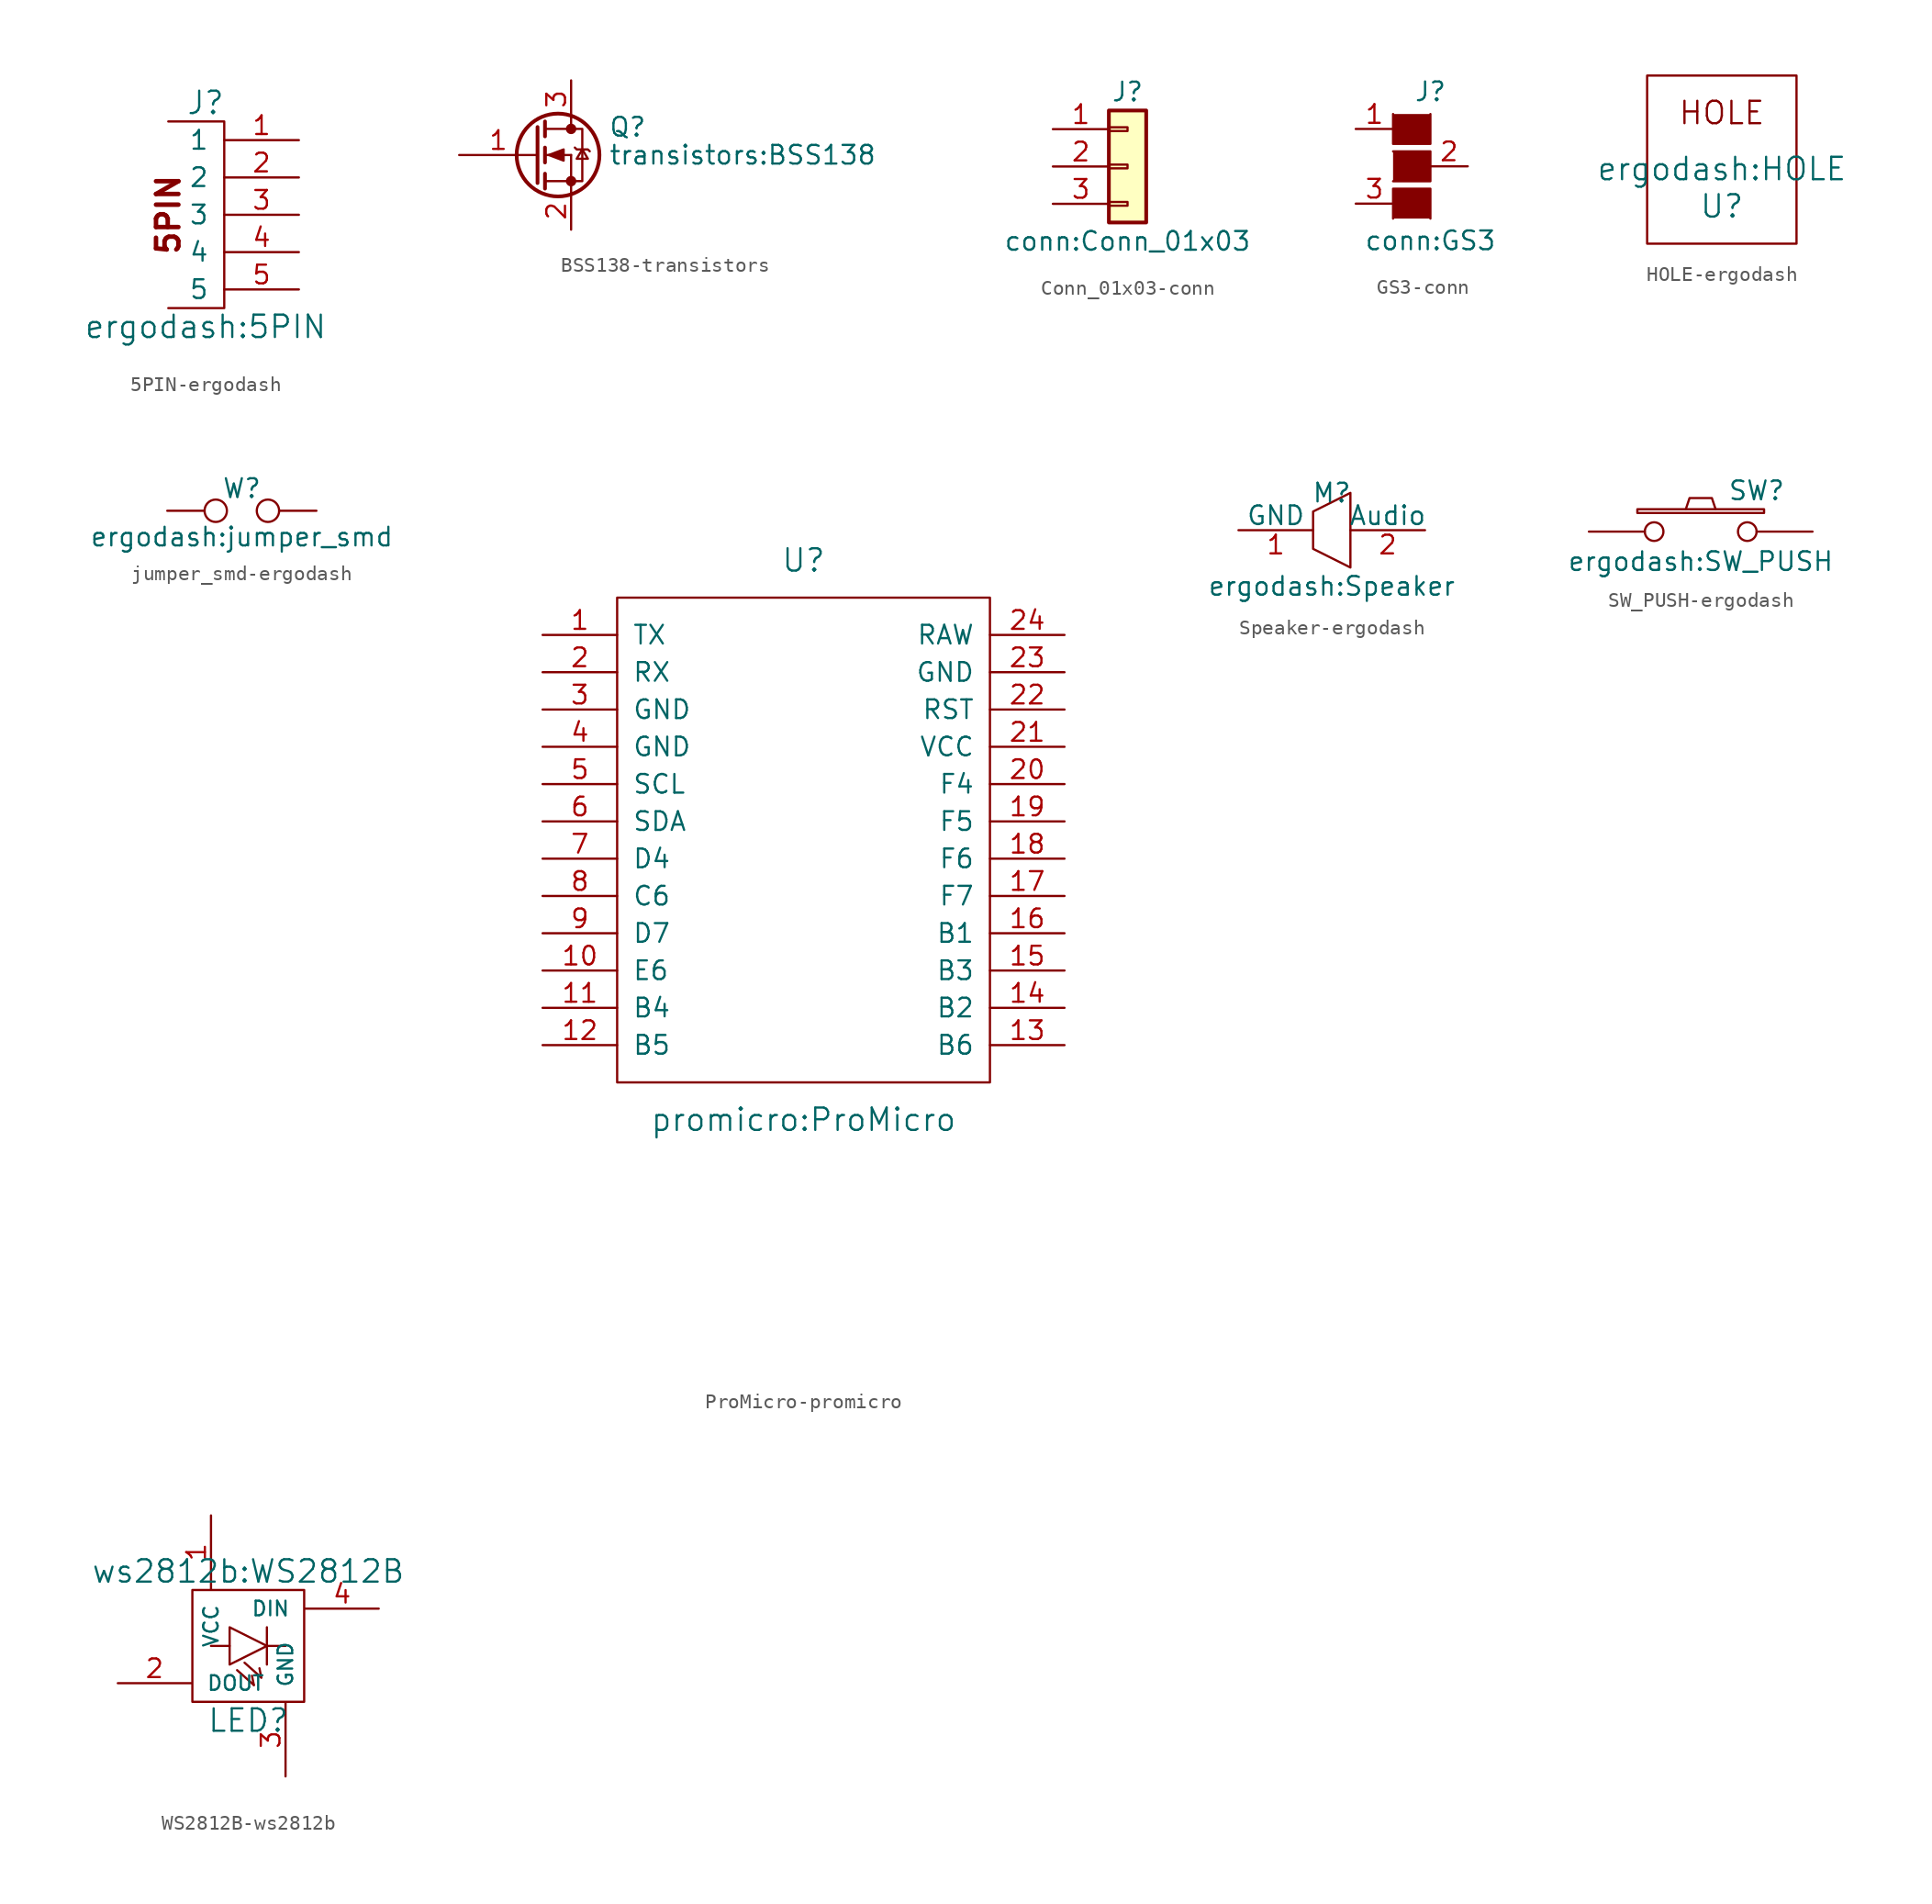
<source format=kicad_sym>
(kicad_symbol_lib
  (version 20231120)
  (generator "kicad_symbol_editor")
  (generator_version "8.0")
  (symbol "5PIN-ergodash"
    (pin_names
      (offset 1.016))
    (property "Reference" "J"
      (at -1.27 7.62 0)
      (effects (font (size 1.524 1.524))))
    (property "Value" "ergodash:5PIN"
      (at -1.27 -7.62 0)
      (effects (font (size 1.524 1.524))))
    (property "Footprint" ""
      (at 0 -1.27 0)
      (effects (font (size 1.524 1.524))))
    (property "Datasheet" ""
      (at 0 -1.27 0)
      (effects (font (size 1.524 1.524))))
    (symbol "5PIN-ergodash_0_0"
      (polyline (pts (xy -3.81 6.35) (xy 0 6.35) (xy 0 -6.35) (xy -3.81 -6.35)) (stroke (width 0) (type solid)) (fill (type none)))
      (text "5PIN" (at -3.81 0 900) (effects (font (size 1.524 1.524) (bold yes)))))
    (symbol "5PIN-ergodash_1_1"
      (pin power_in line (at 5.08 5.08 180) (length 5.08) (name "1" (effects (font (size 1.27 1.27)))) (number "1" (effects (font (size 1.27 1.27)))))
      (pin bidirectional line (at 5.08 2.54 180) (length 5.08) (name "2" (effects (font (size 1.27 1.27)))) (number "2" (effects (font (size 1.27 1.27)))))
      (pin bidirectional line (at 5.08 0 180) (length 5.08) (name "3" (effects (font (size 1.27 1.27)))) (number "3" (effects (font (size 1.27 1.27)))))
      (pin power_in line (at 5.08 -2.54 180) (length 5.08) (name "4" (effects (font (size 1.27 1.27)))) (number "4" (effects (font (size 1.27 1.27)))))
      (pin power_in line (at 5.08 -5.08 180) (length 5.08) (name "5" (effects (font (size 1.27 1.27)))) (number "5" (effects (font (size 1.27 1.27)))))))
  (symbol "BSS138-transistors"
    (pin_names
      (offset 0) hide)
    (property "Reference" "Q"
      (at 5.08 1.905 0)
      (effects (font (size 1.27 1.27)) (justify left)))
    (property "Value" "transistors:BSS138"
      (at 5.08 0 0)
      (effects (font (size 1.27 1.27)) (justify left)))
    (symbol "BSS138-transistors_0_1"
      (polyline (pts (xy 0.762 -1.778) (xy 2.54 -1.778)) (stroke (width 0) (type solid)) (fill (type none)))
      (polyline (pts (xy 0.762 -1.27) (xy 0.762 -2.286)) (stroke (width 0.254) (type solid)) (fill (type none)))
      (polyline (pts (xy 0.762 0) (xy 2.54 0)) (stroke (width 0) (type solid)) (fill (type none)))
      (polyline (pts (xy 0.762 0.508) (xy 0.762 -0.508)) (stroke (width 0.254) (type solid)) (fill (type none)))
      (polyline (pts (xy 0.762 1.778) (xy 2.54 1.778)) (stroke (width 0) (type solid)) (fill (type none)))
      (polyline (pts (xy 0.762 2.286) (xy 0.762 1.27)) (stroke (width 0.254) (type solid)) (fill (type none)))
      (polyline (pts (xy 2.54 -1.778) (xy 2.54 -2.54)) (stroke (width 0) (type solid)) (fill (type none)))
      (polyline (pts (xy 2.54 -1.778) (xy 2.54 0)) (stroke (width 0) (type solid)) (fill (type none)))
      (polyline (pts (xy 2.54 2.54) (xy 2.54 1.778)) (stroke (width 0) (type solid)) (fill (type none)))
      (polyline (pts (xy 0.254 1.905) (xy 0.254 -1.905) (xy 0.254 -1.905)) (stroke (width 0.254) (type solid)) (fill (type none)))
      (polyline (pts (xy 1.016 0) (xy 2.032 0.381) (xy 2.032 -0.381) (xy 1.016 0)) (stroke (width 0) (type solid)) (fill (type outline)))
      (polyline (pts (xy 2.54 -1.778) (xy 3.302 -1.778) (xy 3.302 1.778) (xy 2.54 1.778)) (stroke (width 0) (type solid)) (fill (type none)))
      (polyline (pts (xy 2.794 0.508) (xy 2.921 0.381) (xy 3.683 0.381) (xy 3.81 0.254)) (stroke (width 0) (type solid)) (fill (type none)))
      (polyline (pts (xy 3.302 0.381) (xy 2.921 -0.254) (xy 3.683 -0.254) (xy 3.302 0.381)) (stroke (width 0) (type solid)) (fill (type none)))
      (circle (center 1.651 0) (radius 2.819) (stroke (width 0.254) (type solid)) (fill (type none)))
      (circle (center 2.54 -1.778) (radius 0.279) (stroke (width 0) (type solid)) (fill (type outline)))
      (circle (center 2.54 1.778) (radius 0.279) (stroke (width 0) (type solid)) (fill (type outline))))
    (symbol "BSS138-transistors_1_1"
      (pin input line (at -5.08 0 0) (length 5.334) (name "G" (effects (font (size 1.27 1.27)))) (number "1" (effects (font (size 1.27 1.27)))))
      (pin passive line (at 2.54 -5.08 90) (length 2.54) (name "S" (effects (font (size 1.27 1.27)))) (number "2" (effects (font (size 1.27 1.27)))))
      (pin passive line (at 2.54 5.08 270) (length 2.54) (name "D" (effects (font (size 1.27 1.27)))) (number "3" (effects (font (size 1.27 1.27)))))))
  (symbol "Conn_01x03-conn"
    (pin_names
      (offset 1.016) hide)
    (property "Reference" "J"
      (at 0 5.08 0)
      (effects (font (size 1.27 1.27))))
    (property "Value" "conn:Conn_01x03"
      (at 0 -5.08 0)
      (effects (font (size 1.27 1.27))))
    (symbol "Conn_01x03-conn_1_1"
      (rectangle (start -1.27 -2.413) (end 0 -2.667) (stroke (width 0.152) (type solid)) (fill (type none)))
      (rectangle (start -1.27 0.127) (end 0 -0.127) (stroke (width 0.152) (type solid)) (fill (type none)))
      (rectangle (start -1.27 2.667) (end 0 2.413) (stroke (width 0.152) (type solid)) (fill (type none)))
      (rectangle (start -1.27 3.81) (end 1.27 -3.81) (stroke (width 0.254) (type solid)) (fill (type background)))
      (pin passive line (at -5.08 2.54 0) (length 3.81) (name "Pin_1" (effects (font (size 1.27 1.27)))) (number "1" (effects (font (size 1.27 1.27)))))
      (pin passive line (at -5.08 0 0) (length 3.81) (name "Pin_2" (effects (font (size 1.27 1.27)))) (number "2" (effects (font (size 1.27 1.27)))))
      (pin passive line (at -5.08 -2.54 0) (length 3.81) (name "Pin_3" (effects (font (size 1.27 1.27)))) (number "3" (effects (font (size 1.27 1.27)))))))
  (symbol "GS3-conn"
    (pin_names
      (offset 1.016) hide)
    (property "Reference" "J"
      (at 1.27 5.08 0)
      (effects (font (size 1.27 1.27))))
    (property "Value" "conn:GS3"
      (at 1.27 -5.055 0)
      (effects (font (size 1.27 1.27))))
    (symbol "GS3-conn_0_1"
      (polyline (pts (xy -1.27 -3.556) (xy -1.27 -1.524) (xy 1.27 -1.524) (xy 1.27 -3.556)) (stroke (width 0) (type solid)) (fill (type outline)))
      (polyline (pts (xy -1.27 1.016) (xy 1.27 1.016) (xy 1.27 -1.016) (xy -1.27 -1.016)) (stroke (width 0) (type solid)) (fill (type outline)))
      (polyline (pts (xy -1.27 3.556) (xy -1.27 1.524) (xy 1.27 1.524) (xy 1.27 3.556)) (stroke (width 0) (type solid)) (fill (type outline))))
    (symbol "GS3-conn_1_1"
      (pin passive line (at -3.81 2.54 0) (length 2.54) (name "G1" (effects (font (size 1.27 1.27)))) (number "1" (effects (font (size 1.27 1.27)))))
      (pin passive line (at 3.81 0 180) (length 2.54) (name "G2" (effects (font (size 1.27 1.27)))) (number "2" (effects (font (size 1.27 1.27)))))
      (pin passive line (at -3.81 -2.54 0) (length 2.54) (name "G3" (effects (font (size 1.27 1.27)))) (number "3" (effects (font (size 1.27 1.27)))))))
  (symbol "HOLE-ergodash"
    (pin_names
      (offset 1.016))
    (property "Reference" "U"
      (at 0 0 0)
      (effects (font (size 1.524 1.524))))
    (property "Value" "ergodash:HOLE"
      (at 0 2.54 0)
      (effects (font (size 1.524 1.524))))
    (property "Footprint" ""
      (at 0 0 0)
      (effects (font (size 1.524 1.524))))
    (property "Datasheet" ""
      (at 0 0 0)
      (effects (font (size 1.524 1.524))))
    (symbol "HOLE-ergodash_0_0"
      (text "HOLE" (at 0 6.35 0) (effects (font (size 1.524 1.524)))))
    (symbol "HOLE-ergodash_0_1"
      (rectangle (start -5.08 8.89) (end 5.08 -2.54) (stroke (width 0) (type solid)) (fill (type none)))))
  (symbol "jumper_smd-ergodash"
    (pin_numbers hide)
    (pin_names
      (offset 0.762) hide)
    (property "Reference" "W"
      (at 0 1.524 0)
      (effects (font (size 1.27 1.27))))
    (property "Value" "ergodash:jumper_smd"
      (at 0 -1.778 0)
      (effects (font (size 1.27 1.27))))
    (property "Footprint" ""
      (at 0 0 0)
      (effects (font (size 1.27 1.27))))
    (property "Datasheet" ""
      (at 0 0 0)
      (effects (font (size 1.27 1.27))))
    (symbol "jumper_smd-ergodash_0_1"
      (circle (center -1.778 0) (radius 0.762) (stroke (width 0) (type solid)) (fill (type none)))
      (circle (center 1.778 0) (radius 0.762) (stroke (width 0) (type solid)) (fill (type none)))
      (pin passive line (at -5.08 0 0) (length 2.54) (name "1" (effects (font (size 1.27 1.27)))) (number "1" (effects (font (size 1.27 1.27)))))
      (pin passive line (at 5.08 0 180) (length 2.54) (name "2" (effects (font (size 1.27 1.27)))) (number "2" (effects (font (size 1.27 1.27)))))))
  (symbol "ProMicro-promicro"
    (pin_names
      (offset 1.016))
    (property "Reference" "U"
      (at 0 24.13 0)
      (effects (font (size 1.524 1.524))))
    (property "Value" "promicro:ProMicro"
      (at 0 -13.97 0)
      (effects (font (size 1.524 1.524))))
    (property "Footprint" ""
      (at 2.54 -26.67 0)
      (effects (font (size 1.524 1.524))))
    (property "Datasheet" ""
      (at 2.54 -26.67 0)
      (effects (font (size 1.524 1.524))))
    (symbol "ProMicro-promicro_0_1"
      (rectangle (start -12.7 21.59) (end 12.7 -11.43) (stroke (width 0) (type solid)) (fill (type none))))
    (symbol "ProMicro-promicro_1_1"
      (pin bidirectional line (at -17.78 19.05 0) (length 5.08) (name "TX" (effects (font (size 1.27 1.27)))) (number "1" (effects (font (size 1.27 1.27)))))
      (pin bidirectional line (at -17.78 -3.81 0) (length 5.08) (name "E6" (effects (font (size 1.27 1.27)))) (number "10" (effects (font (size 1.27 1.27)))))
      (pin bidirectional line (at -17.78 -6.35 0) (length 5.08) (name "B4" (effects (font (size 1.27 1.27)))) (number "11" (effects (font (size 1.27 1.27)))))
      (pin bidirectional line (at -17.78 -8.89 0) (length 5.08) (name "B5" (effects (font (size 1.27 1.27)))) (number "12" (effects (font (size 1.27 1.27)))))
      (pin bidirectional line (at 17.78 -8.89 180) (length 5.08) (name "B6" (effects (font (size 1.27 1.27)))) (number "13" (effects (font (size 1.27 1.27)))))
      (pin bidirectional line (at 17.78 -6.35 180) (length 5.08) (name "B2" (effects (font (size 1.27 1.27)))) (number "14" (effects (font (size 1.27 1.27)))))
      (pin bidirectional line (at 17.78 -3.81 180) (length 5.08) (name "B3" (effects (font (size 1.27 1.27)))) (number "15" (effects (font (size 1.27 1.27)))))
      (pin bidirectional line (at 17.78 -1.27 180) (length 5.08) (name "B1" (effects (font (size 1.27 1.27)))) (number "16" (effects (font (size 1.27 1.27)))))
      (pin bidirectional line (at 17.78 1.27 180) (length 5.08) (name "F7" (effects (font (size 1.27 1.27)))) (number "17" (effects (font (size 1.27 1.27)))))
      (pin bidirectional line (at 17.78 3.81 180) (length 5.08) (name "F6" (effects (font (size 1.27 1.27)))) (number "18" (effects (font (size 1.27 1.27)))))
      (pin bidirectional line (at 17.78 6.35 180) (length 5.08) (name "F5" (effects (font (size 1.27 1.27)))) (number "19" (effects (font (size 1.27 1.27)))))
      (pin bidirectional line (at -17.78 16.51 0) (length 5.08) (name "RX" (effects (font (size 1.27 1.27)))) (number "2" (effects (font (size 1.27 1.27)))))
      (pin bidirectional line (at 17.78 8.89 180) (length 5.08) (name "F4" (effects (font (size 1.27 1.27)))) (number "20" (effects (font (size 1.27 1.27)))))
      (pin power_in line (at 17.78 11.43 180) (length 5.08) (name "VCC" (effects (font (size 1.27 1.27)))) (number "21" (effects (font (size 1.27 1.27)))))
      (pin input line (at 17.78 13.97 180) (length 5.08) (name "RST" (effects (font (size 1.27 1.27)))) (number "22" (effects (font (size 1.27 1.27)))))
      (pin power_in line (at 17.78 16.51 180) (length 5.08) (name "GND" (effects (font (size 1.27 1.27)))) (number "23" (effects (font (size 1.27 1.27)))))
      (pin power_out line (at 17.78 19.05 180) (length 5.08) (name "RAW" (effects (font (size 1.27 1.27)))) (number "24" (effects (font (size 1.27 1.27)))))
      (pin power_in line (at -17.78 13.97 0) (length 5.08) (name "GND" (effects (font (size 1.27 1.27)))) (number "3" (effects (font (size 1.27 1.27)))))
      (pin power_in line (at -17.78 11.43 0) (length 5.08) (name "GND" (effects (font (size 1.27 1.27)))) (number "4" (effects (font (size 1.27 1.27)))))
      (pin bidirectional line (at -17.78 8.89 0) (length 5.08) (name "SCL" (effects (font (size 1.27 1.27)))) (number "5" (effects (font (size 1.27 1.27)))))
      (pin bidirectional line (at -17.78 6.35 0) (length 5.08) (name "SDA" (effects (font (size 1.27 1.27)))) (number "6" (effects (font (size 1.27 1.27)))))
      (pin bidirectional line (at -17.78 3.81 0) (length 5.08) (name "D4" (effects (font (size 1.27 1.27)))) (number "7" (effects (font (size 1.27 1.27)))))
      (pin bidirectional line (at -17.78 1.27 0) (length 5.08) (name "C6" (effects (font (size 1.27 1.27)))) (number "8" (effects (font (size 1.27 1.27)))))
      (pin bidirectional line (at -17.78 -1.27 0) (length 5.08) (name "D7" (effects (font (size 1.27 1.27)))) (number "9" (effects (font (size 1.27 1.27)))))))
  (symbol "Speaker-ergodash"
    (pin_names
      (offset 0))
    (property "Reference" "M"
      (at 0 2.54 0)
      (effects (font (size 1.27 1.27))))
    (property "Value" "ergodash:Speaker"
      (at 0 -3.81 0)
      (effects (font (size 1.27 1.27))))
    (symbol "Speaker-ergodash_0_1"
      (polyline (pts (xy -1.27 1.27) (xy -1.27 -1.27) (xy 1.27 -2.54) (xy 1.27 2.54) (xy -1.27 1.27)) (stroke (width 0) (type solid)) (fill (type none))))
    (symbol "Speaker-ergodash_1_1"
      (pin input line (at -6.35 0 0) (length 5.08) (name "GND" (effects (font (size 1.27 1.27)))) (number "1" (effects (font (size 1.27 1.27)))))
      (pin input line (at 6.35 0 180) (length 5.08) (name "Audio" (effects (font (size 1.27 1.27)))) (number "2" (effects (font (size 1.27 1.27)))))))
  (symbol "SW_PUSH-ergodash"
    (pin_numbers hide)
    (pin_names
      (offset 1.016) hide)
    (property "Reference" "SW"
      (at 3.81 2.794 0)
      (effects (font (size 1.27 1.27))))
    (property "Value" "ergodash:SW_PUSH"
      (at 0 -2.032 0)
      (effects (font (size 1.27 1.27))))
    (property "Footprint" ""
      (at 0 0 0)
      (effects (font (size 1.27 1.27))))
    (property "Datasheet" ""
      (at 0 0 0)
      (effects (font (size 1.27 1.27))))
    (symbol "SW_PUSH-ergodash_0_1"
      (rectangle (start -4.318 1.27) (end 4.318 1.524) (stroke (width 0) (type solid)) (fill (type none)))
      (polyline (pts (xy -1.016 1.524) (xy -0.762 2.286) (xy 0.762 2.286) (xy 1.016 1.524)) (stroke (width 0) (type solid)) (fill (type none)))
      (pin passive inverted (at -7.62 0 0) (length 5.08) (name "1" (effects (font (size 1.27 1.27)))) (number "1" (effects (font (size 1.27 1.27)))))
      (pin passive inverted (at 7.62 0 180) (length 5.08) (name "2" (effects (font (size 1.27 1.27)))) (number "2" (effects (font (size 1.27 1.27)))))))
  (symbol "WS2812B-ws2812b"
    (pin_names
      (offset 1.016))
    (property "Reference" "LED"
      (at 0 -5.08 0)
      (effects (font (size 1.524 1.524))))
    (property "Value" "ws2812b:WS2812B"
      (at 0 5.08 0)
      (effects (font (size 1.524 1.524))))
    (property "Footprint" ""
      (at 6.35 7.62 90)
      (effects (font (size 1.524 1.524))))
    (property "Datasheet" ""
      (at -1.27 0 90)
      (effects (font (size 1.524 1.524))))
    (symbol "WS2812B-ws2812b_0_0"
      (polyline (pts (xy -1.27 0) (xy -2.54 0)) (stroke (width 0) (type solid)) (fill (type none)))
      (polyline (pts (xy -0.254 -1.143) (xy 0.889 -2.159)) (stroke (width 0) (type solid)) (fill (type none)))
      (polyline (pts (xy 0.381 -2.667) (xy -0.762 -1.651)) (stroke (width 0) (type solid)) (fill (type none)))
      (polyline (pts (xy 0.381 -2.667) (xy 0.254 -2.032)) (stroke (width 0) (type solid)) (fill (type none)))
      (polyline (pts (xy 0.889 -2.159) (xy 0.762 -1.524)) (stroke (width 0) (type solid)) (fill (type none)))
      (polyline (pts (xy 1.27 0) (xy 2.54 0)) (stroke (width 0) (type solid)) (fill (type none))))
    (symbol "WS2812B-ws2812b_0_1"
      (rectangle (start -3.81 3.81) (end 3.81 -3.81) (stroke (width 0) (type solid)) (fill (type none)))
      (polyline (pts (xy 1.27 0) (xy -1.27 1.27) (xy -1.27 -1.27) (xy 1.27 0) (xy 1.27 0)) (stroke (width 0) (type solid)) (fill (type none)))
      (rectangle (start 1.27 1.27) (end 1.27 -1.27) (stroke (width 0) (type solid)) (fill (type none))))
    (symbol "WS2812B-ws2812b_1_1"
      (pin power_in line (at -2.54 8.89 270) (length 5.004) (name "VCC" (effects (font (size 0.991 0.991)))) (number "1" (effects (font (size 1.27 1.27)))))
      (pin output line (at -8.89 -2.54 0) (length 5.004) (name "DOUT" (effects (font (size 0.991 0.991)))) (number "2" (effects (font (size 1.27 1.27)))))
      (pin power_in line (at 2.54 -8.89 90) (length 5.004) (name "GND" (effects (font (size 0.991 0.991)))) (number "3" (effects (font (size 1.27 1.27)))))
      (pin input line (at 8.89 2.54 180) (length 5.004) (name "DIN" (effects (font (size 0.991 0.991)))) (number "4" (effects (font (size 1.27 1.27))))))))
</source>
